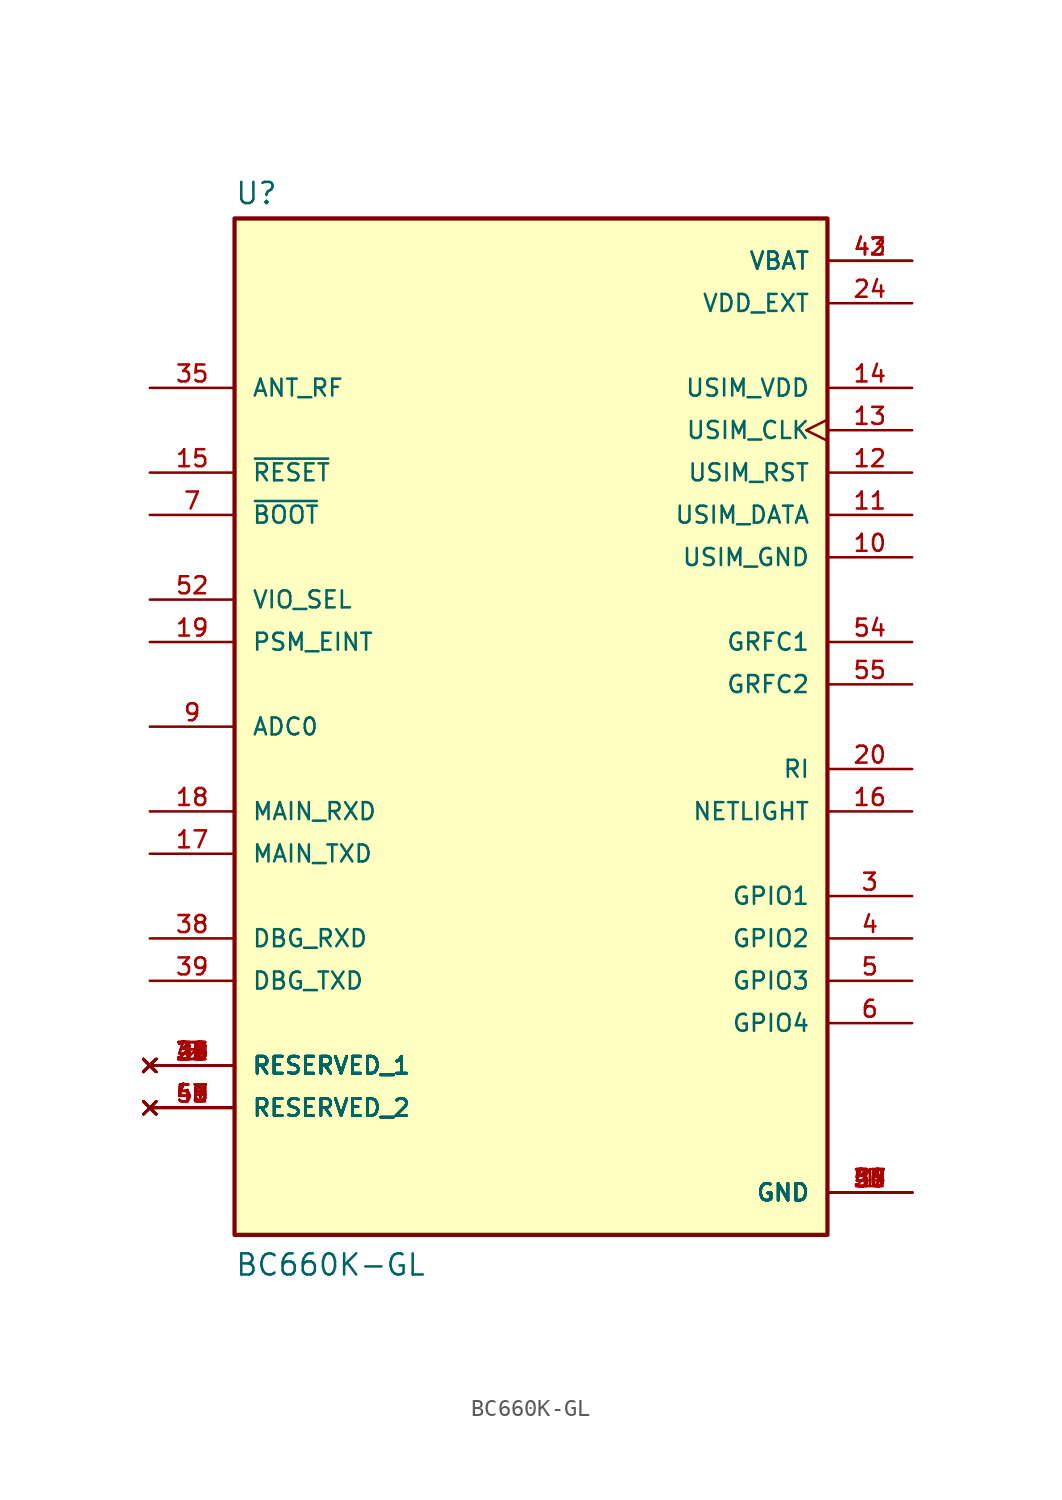
<source format=kicad_sym>
(kicad_symbol_lib
  (version 20211014)
  (generator kicad_symbol_editor)
  (symbol "BC660K-GL"
    (pin_names
      (offset 1.016))
    (property "Reference" "U"
      (at -17.78 31.242 0)
      (effects (font (size 1.27 1.27)) (justify bottom left)))
    (property "Value" "BC660K-GL"
      (at -17.78 -33.02 0)
      (effects (font (size 1.27 1.27)) (justify bottom left)))
    (symbol "BC660K-GL_0_0"
      (rectangle (start -17.78 -30.48) (end 17.78 30.48) (stroke (width 0.254)) (fill (type background)))
      (pin power_in line (at 22.86 27.94 180.0) (length 5.08) (name "VBAT" (effects (font (size 1.016 1.016)))) (number "42" (effects (font (size 1.016 1.016)))))
      (pin power_in line (at 22.86 27.94 180.0) (length 5.08) (name "VBAT" (effects (font (size 1.016 1.016)))) (number "43" (effects (font (size 1.016 1.016)))))
      (pin power_in line (at 22.86 25.4 180.0) (length 5.08) (name "VDD_EXT" (effects (font (size 1.016 1.016)))) (number "24" (effects (font (size 1.016 1.016)))))
      (pin power_in line (at 22.86 -27.94 180.0) (length 5.08) (name "GND" (effects (font (size 1.016 1.016)))) (number "1" (effects (font (size 1.016 1.016)))))
      (pin power_in line (at 22.86 -27.94 180.0) (length 5.08) (name "GND" (effects (font (size 1.016 1.016)))) (number "27" (effects (font (size 1.016 1.016)))))
      (pin power_in line (at 22.86 -27.94 180.0) (length 5.08) (name "GND" (effects (font (size 1.016 1.016)))) (number "34" (effects (font (size 1.016 1.016)))))
      (pin power_in line (at 22.86 -27.94 180.0) (length 5.08) (name "GND" (effects (font (size 1.016 1.016)))) (number "36" (effects (font (size 1.016 1.016)))))
      (pin power_in line (at 22.86 -27.94 180.0) (length 5.08) (name "GND" (effects (font (size 1.016 1.016)))) (number "37" (effects (font (size 1.016 1.016)))))
      (pin power_in line (at 22.86 -27.94 180.0) (length 5.08) (name "GND" (effects (font (size 1.016 1.016)))) (number "40" (effects (font (size 1.016 1.016)))))
      (pin power_in line (at 22.86 -27.94 180.0) (length 5.08) (name "GND" (effects (font (size 1.016 1.016)))) (number "41" (effects (font (size 1.016 1.016)))))
      (pin power_in line (at 22.86 -27.94 180.0) (length 5.08) (name "GND" (effects (font (size 1.016 1.016)))) (number "56" (effects (font (size 1.016 1.016)))))
      (pin power_in line (at 22.86 -27.94 180.0) (length 5.08) (name "GND" (effects (font (size 1.016 1.016)))) (number "57" (effects (font (size 1.016 1.016)))))
      (pin power_in line (at 22.86 -27.94 180.0) (length 5.08) (name "GND" (effects (font (size 1.016 1.016)))) (number "58" (effects (font (size 1.016 1.016)))))
      (pin input line (at -22.86 15.24 0) (length 5.08) (name "~{RESET}" (effects (font (size 1.016 1.016)))) (number "15" (effects (font (size 1.016 1.016)))))
      (pin input line (at -22.86 12.7 0) (length 5.08) (name "~{BOOT}" (effects (font (size 1.016 1.016)))) (number "7" (effects (font (size 1.016 1.016)))))
      (pin input line (at -22.86 5.08 0) (length 5.08) (name "PSM_EINT" (effects (font (size 1.016 1.016)))) (number "19" (effects (font (size 1.016 1.016)))))
      (pin output line (at 22.86 -5.08 180.0) (length 5.08) (name "NETLIGHT" (effects (font (size 1.016 1.016)))) (number "16" (effects (font (size 1.016 1.016)))))
      (pin input line (at -22.86 0.0 0) (length 5.08) (name "ADC0" (effects (font (size 1.016 1.016)))) (number "9" (effects (font (size 1.016 1.016)))))
      (pin input line (at -22.86 -5.08 0) (length 5.08) (name "MAIN_RXD" (effects (font (size 1.016 1.016)))) (number "18" (effects (font (size 1.016 1.016)))))
      (pin output line (at -22.86 -7.62 0) (length 5.08) (name "MAIN_TXD" (effects (font (size 1.016 1.016)))) (number "17" (effects (font (size 1.016 1.016)))))
      (pin input line (at -22.86 -12.7 0) (length 5.08) (name "DBG_RXD" (effects (font (size 1.016 1.016)))) (number "38" (effects (font (size 1.016 1.016)))))
      (pin output line (at -22.86 -15.24 0) (length 5.08) (name "DBG_TXD" (effects (font (size 1.016 1.016)))) (number "39" (effects (font (size 1.016 1.016)))))
      (pin output line (at 22.86 -2.54 180.0) (length 5.08) (name "RI" (effects (font (size 1.016 1.016)))) (number "20" (effects (font (size 1.016 1.016)))))
      (pin power_in line (at 22.86 20.32 180.0) (length 5.08) (name "USIM_VDD" (effects (font (size 1.016 1.016)))) (number "14" (effects (font (size 1.016 1.016)))))
      (pin output clock (at 22.86 17.78 180.0) (length 5.08) (name "USIM_CLK" (effects (font (size 1.016 1.016)))) (number "13" (effects (font (size 1.016 1.016)))))
      (pin output line (at 22.86 15.24 180.0) (length 5.08) (name "USIM_RST" (effects (font (size 1.016 1.016)))) (number "12" (effects (font (size 1.016 1.016)))))
      (pin bidirectional line (at 22.86 12.7 180.0) (length 5.08) (name "USIM_DATA" (effects (font (size 1.016 1.016)))) (number "11" (effects (font (size 1.016 1.016)))))
      (pin power_in line (at 22.86 10.16 180.0) (length 5.08) (name "USIM_GND" (effects (font (size 1.016 1.016)))) (number "10" (effects (font (size 1.016 1.016)))))
      (pin bidirectional line (at -22.86 20.32 0) (length 5.08) (name "ANT_RF" (effects (font (size 1.016 1.016)))) (number "35" (effects (font (size 1.016 1.016)))))
      (pin bidirectional line (at 22.86 -10.16 180.0) (length 5.08) (name "GPIO1" (effects (font (size 1.016 1.016)))) (number "3" (effects (font (size 1.016 1.016)))))
      (pin bidirectional line (at 22.86 -12.7 180.0) (length 5.08) (name "GPIO2" (effects (font (size 1.016 1.016)))) (number "4" (effects (font (size 1.016 1.016)))))
      (pin bidirectional line (at 22.86 -15.24 180.0) (length 5.08) (name "GPIO3" (effects (font (size 1.016 1.016)))) (number "5" (effects (font (size 1.016 1.016)))))
      (pin bidirectional line (at 22.86 -17.78 180.0) (length 5.08) (name "GPIO4" (effects (font (size 1.016 1.016)))) (number "6" (effects (font (size 1.016 1.016)))))
      (pin output line (at 22.86 5.08 180.0) (length 5.08) (name "GRFC1" (effects (font (size 1.016 1.016)))) (number "54" (effects (font (size 1.016 1.016)))))
      (pin output line (at 22.86 2.54 180.0) (length 5.08) (name "GRFC2" (effects (font (size 1.016 1.016)))) (number "55" (effects (font (size 1.016 1.016)))))
      (pin input line (at -22.86 7.62 0) (length 5.08) (name "VIO_SEL" (effects (font (size 1.016 1.016)))) (number "52" (effects (font (size 1.016 1.016)))))
      (pin no_connect line (at -22.86 -20.32 0) (length 5.08) (name "RESERVED_1" (effects (font (size 1.016 1.016)))) (number "2" (effects (font (size 1.016 1.016)))))
      (pin no_connect line (at -22.86 -20.32 0) (length 5.08) (name "RESERVED_1" (effects (font (size 1.016 1.016)))) (number "8" (effects (font (size 1.016 1.016)))))
      (pin no_connect line (at -22.86 -20.32 0) (length 5.08) (name "RESERVED_1" (effects (font (size 1.016 1.016)))) (number "21" (effects (font (size 1.016 1.016)))))
      (pin no_connect line (at -22.86 -20.32 0) (length 5.08) (name "RESERVED_1" (effects (font (size 1.016 1.016)))) (number "22" (effects (font (size 1.016 1.016)))))
      (pin no_connect line (at -22.86 -20.32 0) (length 5.08) (name "RESERVED_1" (effects (font (size 1.016 1.016)))) (number "23" (effects (font (size 1.016 1.016)))))
      (pin no_connect line (at -22.86 -20.32 0) (length 5.08) (name "RESERVED_1" (effects (font (size 1.016 1.016)))) (number "25" (effects (font (size 1.016 1.016)))))
      (pin no_connect line (at -22.86 -20.32 0) (length 5.08) (name "RESERVED_1" (effects (font (size 1.016 1.016)))) (number "26" (effects (font (size 1.016 1.016)))))
      (pin no_connect line (at -22.86 -20.32 0) (length 5.08) (name "RESERVED_1" (effects (font (size 1.016 1.016)))) (number "28" (effects (font (size 1.016 1.016)))))
      (pin no_connect line (at -22.86 -20.32 0) (length 5.08) (name "RESERVED_1" (effects (font (size 1.016 1.016)))) (number "29" (effects (font (size 1.016 1.016)))))
      (pin no_connect line (at -22.86 -20.32 0) (length 5.08) (name "RESERVED_1" (effects (font (size 1.016 1.016)))) (number "30" (effects (font (size 1.016 1.016)))))
      (pin no_connect line (at -22.86 -20.32 0) (length 5.08) (name "RESERVED_1" (effects (font (size 1.016 1.016)))) (number "31" (effects (font (size 1.016 1.016)))))
      (pin no_connect line (at -22.86 -20.32 0) (length 5.08) (name "RESERVED_1" (effects (font (size 1.016 1.016)))) (number "32" (effects (font (size 1.016 1.016)))))
      (pin no_connect line (at -22.86 -20.32 0) (length 5.08) (name "RESERVED_1" (effects (font (size 1.016 1.016)))) (number "33" (effects (font (size 1.016 1.016)))))
      (pin no_connect line (at -22.86 -20.32 0) (length 5.08) (name "RESERVED_1" (effects (font (size 1.016 1.016)))) (number "44" (effects (font (size 1.016 1.016)))))
      (pin no_connect line (at -22.86 -20.32 0) (length 5.08) (name "RESERVED_1" (effects (font (size 1.016 1.016)))) (number "45" (effects (font (size 1.016 1.016)))))
      (pin no_connect line (at -22.86 -22.86 0) (length 5.08) (name "RESERVED_2" (effects (font (size 1.016 1.016)))) (number "46" (effects (font (size 1.016 1.016)))))
      (pin no_connect line (at -22.86 -22.86 0) (length 5.08) (name "RESERVED_2" (effects (font (size 1.016 1.016)))) (number "47" (effects (font (size 1.016 1.016)))))
      (pin no_connect line (at -22.86 -22.86 0) (length 5.08) (name "RESERVED_2" (effects (font (size 1.016 1.016)))) (number "48" (effects (font (size 1.016 1.016)))))
      (pin no_connect line (at -22.86 -22.86 0) (length 5.08) (name "RESERVED_2" (effects (font (size 1.016 1.016)))) (number "49" (effects (font (size 1.016 1.016)))))
      (pin no_connect line (at -22.86 -22.86 0) (length 5.08) (name "RESERVED_2" (effects (font (size 1.016 1.016)))) (number "50" (effects (font (size 1.016 1.016)))))
      (pin no_connect line (at -22.86 -22.86 0) (length 5.08) (name "RESERVED_2" (effects (font (size 1.016 1.016)))) (number "51" (effects (font (size 1.016 1.016)))))
      (pin no_connect line (at -22.86 -22.86 0) (length 5.08) (name "RESERVED_2" (effects (font (size 1.016 1.016)))) (number "53" (effects (font (size 1.016 1.016))))))))
</source>
